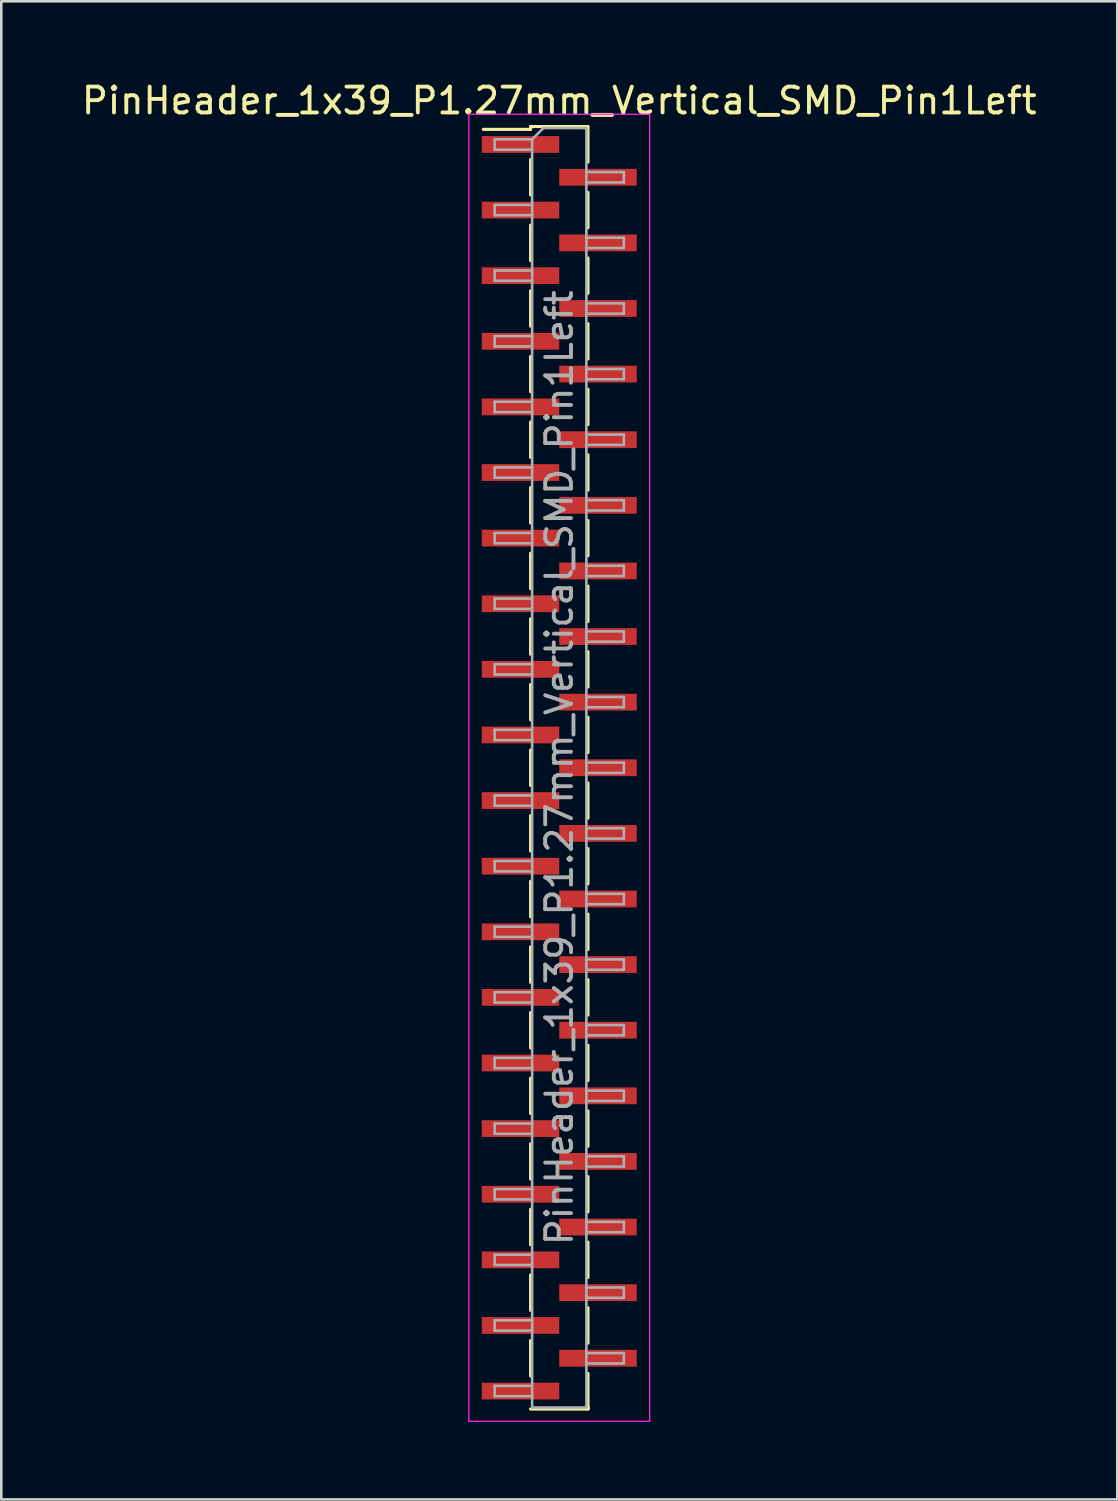
<source format=kicad_pcb>
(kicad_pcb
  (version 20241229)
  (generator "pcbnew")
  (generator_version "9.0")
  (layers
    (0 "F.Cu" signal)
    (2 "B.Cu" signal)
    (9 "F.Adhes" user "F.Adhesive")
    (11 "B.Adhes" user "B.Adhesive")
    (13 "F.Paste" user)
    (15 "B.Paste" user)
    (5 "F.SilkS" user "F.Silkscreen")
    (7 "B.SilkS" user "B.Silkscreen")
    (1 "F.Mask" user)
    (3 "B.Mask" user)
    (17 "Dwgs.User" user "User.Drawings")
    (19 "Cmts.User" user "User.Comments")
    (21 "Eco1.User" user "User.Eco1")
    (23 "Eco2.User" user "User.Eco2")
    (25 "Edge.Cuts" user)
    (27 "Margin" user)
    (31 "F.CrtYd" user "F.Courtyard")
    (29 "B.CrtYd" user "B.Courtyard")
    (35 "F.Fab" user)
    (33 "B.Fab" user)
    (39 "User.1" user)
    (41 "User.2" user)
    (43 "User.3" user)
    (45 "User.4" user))
  (footprint "PinHeader_1x39_P1.27mm_Vertical_SMD_Pin1Left"
    (layer "F.Cu")
    (at 18.601 26.673)
    (property "Reference" "PinHeader_1x39_P1.27mm_Vertical_SMD_Pin1Left" (at 0 -25.825 0) (layer "F.SilkS") (effects (font (size 1 1) (thickness 0.15))))
    (attr smd)
    (fp_line (start -1.11 -24.825) (end -1.11 -24.715) (stroke (width 0.12) (type solid)) (layer "F.SilkS"))
    (fp_line (start -1.11 -24.825) (end 1.11 -24.825) (stroke (width 0.12) (type solid)) (layer "F.SilkS"))
    (fp_line (start -1.11 -24.715) (end -2.94 -24.715) (stroke (width 0.12) (type solid)) (layer "F.SilkS"))
    (fp_line (start -1.11 -23.545) (end -1.11 -22.175) (stroke (width 0.12) (type solid)) (layer "F.SilkS"))
    (fp_line (start -1.11 -21.005) (end -1.11 -19.635) (stroke (width 0.12) (type solid)) (layer "F.SilkS"))
    (fp_line (start -1.11 -18.465) (end -1.11 -17.095) (stroke (width 0.12) (type solid)) (layer "F.SilkS"))
    (fp_line (start -1.11 -15.925) (end -1.11 -14.555) (stroke (width 0.12) (type solid)) (layer "F.SilkS"))
    (fp_line (start -1.11 -13.385) (end -1.11 -12.015) (stroke (width 0.12) (type solid)) (layer "F.SilkS"))
    (fp_line (start -1.11 -10.845) (end -1.11 -9.475) (stroke (width 0.12) (type solid)) (layer "F.SilkS"))
    (fp_line (start -1.11 -8.305) (end -1.11 -6.935) (stroke (width 0.12) (type solid)) (layer "F.SilkS"))
    (fp_line (start -1.11 -5.765) (end -1.11 -4.395) (stroke (width 0.12) (type solid)) (layer "F.SilkS"))
    (fp_line (start -1.11 -3.225) (end -1.11 -1.855) (stroke (width 0.12) (type solid)) (layer "F.SilkS"))
    (fp_line (start -1.11 -0.685) (end -1.11 0.685) (stroke (width 0.12) (type solid)) (layer "F.SilkS"))
    (fp_line (start -1.11 1.855) (end -1.11 3.225) (stroke (width 0.12) (type solid)) (layer "F.SilkS"))
    (fp_line (start -1.11 4.395) (end -1.11 5.765) (stroke (width 0.12) (type solid)) (layer "F.SilkS"))
    (fp_line (start -1.11 6.935) (end -1.11 8.305) (stroke (width 0.12) (type solid)) (layer "F.SilkS"))
    (fp_line (start -1.11 9.475) (end -1.11 10.845) (stroke (width 0.12) (type solid)) (layer "F.SilkS"))
    (fp_line (start -1.11 12.015) (end -1.11 13.385) (stroke (width 0.12) (type solid)) (layer "F.SilkS"))
    (fp_line (start -1.11 14.555) (end -1.11 15.925) (stroke (width 0.12) (type solid)) (layer "F.SilkS"))
    (fp_line (start -1.11 17.095) (end -1.11 18.465) (stroke (width 0.12) (type solid)) (layer "F.SilkS"))
    (fp_line (start -1.11 19.635) (end -1.11 21.005) (stroke (width 0.12) (type solid)) (layer "F.SilkS"))
    (fp_line (start -1.11 22.175) (end -1.11 23.545) (stroke (width 0.12) (type solid)) (layer "F.SilkS"))
    (fp_line (start -1.11 24.825) (end 1.11 24.825) (stroke (width 0.12) (type solid)) (layer "F.SilkS"))
    (fp_line (start 1.11 -24.815) (end 1.11 -23.445) (stroke (width 0.12) (type solid)) (layer "F.SilkS"))
    (fp_line (start 1.11 -22.275) (end 1.11 -20.905) (stroke (width 0.12) (type solid)) (layer "F.SilkS"))
    (fp_line (start 1.11 -19.735) (end 1.11 -18.365) (stroke (width 0.12) (type solid)) (layer "F.SilkS"))
    (fp_line (start 1.11 -17.195) (end 1.11 -15.825) (stroke (width 0.12) (type solid)) (layer "F.SilkS"))
    (fp_line (start 1.11 -14.655) (end 1.11 -13.285) (stroke (width 0.12) (type solid)) (layer "F.SilkS"))
    (fp_line (start 1.11 -12.115) (end 1.11 -10.745) (stroke (width 0.12) (type solid)) (layer "F.SilkS"))
    (fp_line (start 1.11 -9.575) (end 1.11 -8.205) (stroke (width 0.12) (type solid)) (layer "F.SilkS"))
    (fp_line (start 1.11 -7.035) (end 1.11 -5.665) (stroke (width 0.12) (type solid)) (layer "F.SilkS"))
    (fp_line (start 1.11 -4.495) (end 1.11 -3.125) (stroke (width 0.12) (type solid)) (layer "F.SilkS"))
    (fp_line (start 1.11 -1.955) (end 1.11 -0.585) (stroke (width 0.12) (type solid)) (layer "F.SilkS"))
    (fp_line (start 1.11 0.585) (end 1.11 1.955) (stroke (width 0.12) (type solid)) (layer "F.SilkS"))
    (fp_line (start 1.11 3.125) (end 1.11 4.495) (stroke (width 0.12) (type solid)) (layer "F.SilkS"))
    (fp_line (start 1.11 5.665) (end 1.11 7.035) (stroke (width 0.12) (type solid)) (layer "F.SilkS"))
    (fp_line (start 1.11 8.205) (end 1.11 9.575) (stroke (width 0.12) (type solid)) (layer "F.SilkS"))
    (fp_line (start 1.11 10.745) (end 1.11 12.115) (stroke (width 0.12) (type solid)) (layer "F.SilkS"))
    (fp_line (start 1.11 13.285) (end 1.11 14.655) (stroke (width 0.12) (type solid)) (layer "F.SilkS"))
    (fp_line (start 1.11 15.825) (end 1.11 17.195) (stroke (width 0.12) (type solid)) (layer "F.SilkS"))
    (fp_line (start 1.11 18.365) (end 1.11 19.735) (stroke (width 0.12) (type solid)) (layer "F.SilkS"))
    (fp_line (start 1.11 20.905) (end 1.11 22.275) (stroke (width 0.12) (type solid)) (layer "F.SilkS"))
    (fp_line (start 1.11 23.445) (end 1.11 24.815) (stroke (width 0.12) (type solid)) (layer "F.SilkS"))
    (fp_line (start 1.11 24.715) (end 1.11 24.825) (stroke (width 0.12) (type solid)) (layer "F.SilkS"))
    (fp_line (start -3.5 -25.3) (end -3.5 25.3) (stroke (width 0.05) (type solid)) (layer "F.CrtYd"))
    (fp_line (start -3.5 25.3) (end 3.5 25.3) (stroke (width 0.05) (type solid)) (layer "F.CrtYd"))
    (fp_line (start 3.5 -25.3) (end -3.5 -25.3) (stroke (width 0.05) (type solid)) (layer "F.CrtYd"))
    (fp_line (start 3.5 25.3) (end 3.5 -25.3) (stroke (width 0.05) (type solid)) (layer "F.CrtYd"))
    (fp_line (start -2.5 -24.33) (end -2.5 -23.93) (stroke (width 0.1) (type solid)) (layer "F.Fab"))
    (fp_line (start -2.5 -23.93) (end -1.05 -23.93) (stroke (width 0.1) (type solid)) (layer "F.Fab"))
    (fp_line (start -2.5 -21.79) (end -2.5 -21.39) (stroke (width 0.1) (type solid)) (layer "F.Fab"))
    (fp_line (start -2.5 -21.39) (end -1.05 -21.39) (stroke (width 0.1) (type solid)) (layer "F.Fab"))
    (fp_line (start -2.5 -19.25) (end -2.5 -18.85) (stroke (width 0.1) (type solid)) (layer "F.Fab"))
    (fp_line (start -2.5 -18.85) (end -1.05 -18.85) (stroke (width 0.1) (type solid)) (layer "F.Fab"))
    (fp_line (start -2.5 -16.71) (end -2.5 -16.31) (stroke (width 0.1) (type solid)) (layer "F.Fab"))
    (fp_line (start -2.5 -16.31) (end -1.05 -16.31) (stroke (width 0.1) (type solid)) (layer "F.Fab"))
    (fp_line (start -2.5 -14.17) (end -2.5 -13.77) (stroke (width 0.1) (type solid)) (layer "F.Fab"))
    (fp_line (start -2.5 -13.77) (end -1.05 -13.77) (stroke (width 0.1) (type solid)) (layer "F.Fab"))
    (fp_line (start -2.5 -11.63) (end -2.5 -11.23) (stroke (width 0.1) (type solid)) (layer "F.Fab"))
    (fp_line (start -2.5 -11.23) (end -1.05 -11.23) (stroke (width 0.1) (type solid)) (layer "F.Fab"))
    (fp_line (start -2.5 -9.09) (end -2.5 -8.69) (stroke (width 0.1) (type solid)) (layer "F.Fab"))
    (fp_line (start -2.5 -8.69) (end -1.05 -8.69) (stroke (width 0.1) (type solid)) (layer "F.Fab"))
    (fp_line (start -2.5 -6.55) (end -2.5 -6.15) (stroke (width 0.1) (type solid)) (layer "F.Fab"))
    (fp_line (start -2.5 -6.15) (end -1.05 -6.15) (stroke (width 0.1) (type solid)) (layer "F.Fab"))
    (fp_line (start -2.5 -4.01) (end -2.5 -3.61) (stroke (width 0.1) (type solid)) (layer "F.Fab"))
    (fp_line (start -2.5 -3.61) (end -1.05 -3.61) (stroke (width 0.1) (type solid)) (layer "F.Fab"))
    (fp_line (start -2.5 -1.47) (end -2.5 -1.07) (stroke (width 0.1) (type solid)) (layer "F.Fab"))
    (fp_line (start -2.5 -1.07) (end -1.05 -1.07) (stroke (width 0.1) (type solid)) (layer "F.Fab"))
    (fp_line (start -2.5 1.07) (end -2.5 1.47) (stroke (width 0.1) (type solid)) (layer "F.Fab"))
    (fp_line (start -2.5 1.47) (end -1.05 1.47) (stroke (width 0.1) (type solid)) (layer "F.Fab"))
    (fp_line (start -2.5 3.61) (end -2.5 4.01) (stroke (width 0.1) (type solid)) (layer "F.Fab"))
    (fp_line (start -2.5 4.01) (end -1.05 4.01) (stroke (width 0.1) (type solid)) (layer "F.Fab"))
    (fp_line (start -2.5 6.15) (end -2.5 6.55) (stroke (width 0.1) (type solid)) (layer "F.Fab"))
    (fp_line (start -2.5 6.55) (end -1.05 6.55) (stroke (width 0.1) (type solid)) (layer "F.Fab"))
    (fp_line (start -2.5 8.69) (end -2.5 9.09) (stroke (width 0.1) (type solid)) (layer "F.Fab"))
    (fp_line (start -2.5 9.09) (end -1.05 9.09) (stroke (width 0.1) (type solid)) (layer "F.Fab"))
    (fp_line (start -2.5 11.23) (end -2.5 11.63) (stroke (width 0.1) (type solid)) (layer "F.Fab"))
    (fp_line (start -2.5 11.63) (end -1.05 11.63) (stroke (width 0.1) (type solid)) (layer "F.Fab"))
    (fp_line (start -2.5 13.77) (end -2.5 14.17) (stroke (width 0.1) (type solid)) (layer "F.Fab"))
    (fp_line (start -2.5 14.17) (end -1.05 14.17) (stroke (width 0.1) (type solid)) (layer "F.Fab"))
    (fp_line (start -2.5 16.31) (end -2.5 16.71) (stroke (width 0.1) (type solid)) (layer "F.Fab"))
    (fp_line (start -2.5 16.71) (end -1.05 16.71) (stroke (width 0.1) (type solid)) (layer "F.Fab"))
    (fp_line (start -2.5 18.85) (end -2.5 19.25) (stroke (width 0.1) (type solid)) (layer "F.Fab"))
    (fp_line (start -2.5 19.25) (end -1.05 19.25) (stroke (width 0.1) (type solid)) (layer "F.Fab"))
    (fp_line (start -2.5 21.39) (end -2.5 21.79) (stroke (width 0.1) (type solid)) (layer "F.Fab"))
    (fp_line (start -2.5 21.79) (end -1.05 21.79) (stroke (width 0.1) (type solid)) (layer "F.Fab"))
    (fp_line (start -2.5 23.93) (end -2.5 24.33) (stroke (width 0.1) (type solid)) (layer "F.Fab"))
    (fp_line (start -2.5 24.33) (end -1.05 24.33) (stroke (width 0.1) (type solid)) (layer "F.Fab"))
    (fp_line (start -1.05 -24.33) (end -2.5 -24.33) (stroke (width 0.1) (type solid)) (layer "F.Fab"))
    (fp_line (start -1.05 -24.33) (end -0.615 -24.765) (stroke (width 0.1) (type solid)) (layer "F.Fab"))
    (fp_line (start -1.05 -21.79) (end -2.5 -21.79) (stroke (width 0.1) (type solid)) (layer "F.Fab"))
    (fp_line (start -1.05 -19.25) (end -2.5 -19.25) (stroke (width 0.1) (type solid)) (layer "F.Fab"))
    (fp_line (start -1.05 -16.71) (end -2.5 -16.71) (stroke (width 0.1) (type solid)) (layer "F.Fab"))
    (fp_line (start -1.05 -14.17) (end -2.5 -14.17) (stroke (width 0.1) (type solid)) (layer "F.Fab"))
    (fp_line (start -1.05 -11.63) (end -2.5 -11.63) (stroke (width 0.1) (type solid)) (layer "F.Fab"))
    (fp_line (start -1.05 -9.09) (end -2.5 -9.09) (stroke (width 0.1) (type solid)) (layer "F.Fab"))
    (fp_line (start -1.05 -6.55) (end -2.5 -6.55) (stroke (width 0.1) (type solid)) (layer "F.Fab"))
    (fp_line (start -1.05 -4.01) (end -2.5 -4.01) (stroke (width 0.1) (type solid)) (layer "F.Fab"))
    (fp_line (start -1.05 -1.47) (end -2.5 -1.47) (stroke (width 0.1) (type solid)) (layer "F.Fab"))
    (fp_line (start -1.05 1.07) (end -2.5 1.07) (stroke (width 0.1) (type solid)) (layer "F.Fab"))
    (fp_line (start -1.05 3.61) (end -2.5 3.61) (stroke (width 0.1) (type solid)) (layer "F.Fab"))
    (fp_line (start -1.05 6.15) (end -2.5 6.15) (stroke (width 0.1) (type solid)) (layer "F.Fab"))
    (fp_line (start -1.05 8.69) (end -2.5 8.69) (stroke (width 0.1) (type solid)) (layer "F.Fab"))
    (fp_line (start -1.05 11.23) (end -2.5 11.23) (stroke (width 0.1) (type solid)) (layer "F.Fab"))
    (fp_line (start -1.05 13.77) (end -2.5 13.77) (stroke (width 0.1) (type solid)) (layer "F.Fab"))
    (fp_line (start -1.05 16.31) (end -2.5 16.31) (stroke (width 0.1) (type solid)) (layer "F.Fab"))
    (fp_line (start -1.05 18.85) (end -2.5 18.85) (stroke (width 0.1) (type solid)) (layer "F.Fab"))
    (fp_line (start -1.05 21.39) (end -2.5 21.39) (stroke (width 0.1) (type solid)) (layer "F.Fab"))
    (fp_line (start -1.05 23.93) (end -2.5 23.93) (stroke (width 0.1) (type solid)) (layer "F.Fab"))
    (fp_line (start -1.05 24.765) (end -1.05 -24.33) (stroke (width 0.1) (type solid)) (layer "F.Fab"))
    (fp_line (start -0.615 -24.765) (end 1.05 -24.765) (stroke (width 0.1) (type solid)) (layer "F.Fab"))
    (fp_line (start 1.05 -24.765) (end 1.05 24.765) (stroke (width 0.1) (type solid)) (layer "F.Fab"))
    (fp_line (start 1.05 -23.06) (end 2.5 -23.06) (stroke (width 0.1) (type solid)) (layer "F.Fab"))
    (fp_line (start 1.05 -20.52) (end 2.5 -20.52) (stroke (width 0.1) (type solid)) (layer "F.Fab"))
    (fp_line (start 1.05 -17.98) (end 2.5 -17.98) (stroke (width 0.1) (type solid)) (layer "F.Fab"))
    (fp_line (start 1.05 -15.44) (end 2.5 -15.44) (stroke (width 0.1) (type solid)) (layer "F.Fab"))
    (fp_line (start 1.05 -12.9) (end 2.5 -12.9) (stroke (width 0.1) (type solid)) (layer "F.Fab"))
    (fp_line (start 1.05 -10.36) (end 2.5 -10.36) (stroke (width 0.1) (type solid)) (layer "F.Fab"))
    (fp_line (start 1.05 -7.82) (end 2.5 -7.82) (stroke (width 0.1) (type solid)) (layer "F.Fab"))
    (fp_line (start 1.05 -5.28) (end 2.5 -5.28) (stroke (width 0.1) (type solid)) (layer "F.Fab"))
    (fp_line (start 1.05 -2.74) (end 2.5 -2.74) (stroke (width 0.1) (type solid)) (layer "F.Fab"))
    (fp_line (start 1.05 -0.2) (end 2.5 -0.2) (stroke (width 0.1) (type solid)) (layer "F.Fab"))
    (fp_line (start 1.05 2.34) (end 2.5 2.34) (stroke (width 0.1) (type solid)) (layer "F.Fab"))
    (fp_line (start 1.05 4.88) (end 2.5 4.88) (stroke (width 0.1) (type solid)) (layer "F.Fab"))
    (fp_line (start 1.05 7.42) (end 2.5 7.42) (stroke (width 0.1) (type solid)) (layer "F.Fab"))
    (fp_line (start 1.05 9.96) (end 2.5 9.96) (stroke (width 0.1) (type solid)) (layer "F.Fab"))
    (fp_line (start 1.05 12.5) (end 2.5 12.5) (stroke (width 0.1) (type solid)) (layer "F.Fab"))
    (fp_line (start 1.05 15.04) (end 2.5 15.04) (stroke (width 0.1) (type solid)) (layer "F.Fab"))
    (fp_line (start 1.05 17.58) (end 2.5 17.58) (stroke (width 0.1) (type solid)) (layer "F.Fab"))
    (fp_line (start 1.05 20.12) (end 2.5 20.12) (stroke (width 0.1) (type solid)) (layer "F.Fab"))
    (fp_line (start 1.05 22.66) (end 2.5 22.66) (stroke (width 0.1) (type solid)) (layer "F.Fab"))
    (fp_line (start 1.05 24.765) (end -1.05 24.765) (stroke (width 0.1) (type solid)) (layer "F.Fab"))
    (fp_line (start 2.5 -23.06) (end 2.5 -22.66) (stroke (width 0.1) (type solid)) (layer "F.Fab"))
    (fp_line (start 2.5 -22.66) (end 1.05 -22.66) (stroke (width 0.1) (type solid)) (layer "F.Fab"))
    (fp_line (start 2.5 -20.52) (end 2.5 -20.12) (stroke (width 0.1) (type solid)) (layer "F.Fab"))
    (fp_line (start 2.5 -20.12) (end 1.05 -20.12) (stroke (width 0.1) (type solid)) (layer "F.Fab"))
    (fp_line (start 2.5 -17.98) (end 2.5 -17.58) (stroke (width 0.1) (type solid)) (layer "F.Fab"))
    (fp_line (start 2.5 -17.58) (end 1.05 -17.58) (stroke (width 0.1) (type solid)) (layer "F.Fab"))
    (fp_line (start 2.5 -15.44) (end 2.5 -15.04) (stroke (width 0.1) (type solid)) (layer "F.Fab"))
    (fp_line (start 2.5 -15.04) (end 1.05 -15.04) (stroke (width 0.1) (type solid)) (layer "F.Fab"))
    (fp_line (start 2.5 -12.9) (end 2.5 -12.5) (stroke (width 0.1) (type solid)) (layer "F.Fab"))
    (fp_line (start 2.5 -12.5) (end 1.05 -12.5) (stroke (width 0.1) (type solid)) (layer "F.Fab"))
    (fp_line (start 2.5 -10.36) (end 2.5 -9.96) (stroke (width 0.1) (type solid)) (layer "F.Fab"))
    (fp_line (start 2.5 -9.96) (end 1.05 -9.96) (stroke (width 0.1) (type solid)) (layer "F.Fab"))
    (fp_line (start 2.5 -7.82) (end 2.5 -7.42) (stroke (width 0.1) (type solid)) (layer "F.Fab"))
    (fp_line (start 2.5 -7.42) (end 1.05 -7.42) (stroke (width 0.1) (type solid)) (layer "F.Fab"))
    (fp_line (start 2.5 -5.28) (end 2.5 -4.88) (stroke (width 0.1) (type solid)) (layer "F.Fab"))
    (fp_line (start 2.5 -4.88) (end 1.05 -4.88) (stroke (width 0.1) (type solid)) (layer "F.Fab"))
    (fp_line (start 2.5 -2.74) (end 2.5 -2.34) (stroke (width 0.1) (type solid)) (layer "F.Fab"))
    (fp_line (start 2.5 -2.34) (end 1.05 -2.34) (stroke (width 0.1) (type solid)) (layer "F.Fab"))
    (fp_line (start 2.5 -0.2) (end 2.5 0.2) (stroke (width 0.1) (type solid)) (layer "F.Fab"))
    (fp_line (start 2.5 0.2) (end 1.05 0.2) (stroke (width 0.1) (type solid)) (layer "F.Fab"))
    (fp_line (start 2.5 2.34) (end 2.5 2.74) (stroke (width 0.1) (type solid)) (layer "F.Fab"))
    (fp_line (start 2.5 2.74) (end 1.05 2.74) (stroke (width 0.1) (type solid)) (layer "F.Fab"))
    (fp_line (start 2.5 4.88) (end 2.5 5.28) (stroke (width 0.1) (type solid)) (layer "F.Fab"))
    (fp_line (start 2.5 5.28) (end 1.05 5.28) (stroke (width 0.1) (type solid)) (layer "F.Fab"))
    (fp_line (start 2.5 7.42) (end 2.5 7.82) (stroke (width 0.1) (type solid)) (layer "F.Fab"))
    (fp_line (start 2.5 7.82) (end 1.05 7.82) (stroke (width 0.1) (type solid)) (layer "F.Fab"))
    (fp_line (start 2.5 9.96) (end 2.5 10.36) (stroke (width 0.1) (type solid)) (layer "F.Fab"))
    (fp_line (start 2.5 10.36) (end 1.05 10.36) (stroke (width 0.1) (type solid)) (layer "F.Fab"))
    (fp_line (start 2.5 12.5) (end 2.5 12.9) (stroke (width 0.1) (type solid)) (layer "F.Fab"))
    (fp_line (start 2.5 12.9) (end 1.05 12.9) (stroke (width 0.1) (type solid)) (layer "F.Fab"))
    (fp_line (start 2.5 15.04) (end 2.5 15.44) (stroke (width 0.1) (type solid)) (layer "F.Fab"))
    (fp_line (start 2.5 15.44) (end 1.05 15.44) (stroke (width 0.1) (type solid)) (layer "F.Fab"))
    (fp_line (start 2.5 17.58) (end 2.5 17.98) (stroke (width 0.1) (type solid)) (layer "F.Fab"))
    (fp_line (start 2.5 17.98) (end 1.05 17.98) (stroke (width 0.1) (type solid)) (layer "F.Fab"))
    (fp_line (start 2.5 20.12) (end 2.5 20.52) (stroke (width 0.1) (type solid)) (layer "F.Fab"))
    (fp_line (start 2.5 20.52) (end 1.05 20.52) (stroke (width 0.1) (type solid)) (layer "F.Fab"))
    (fp_line (start 2.5 22.66) (end 2.5 23.06) (stroke (width 0.1) (type solid)) (layer "F.Fab"))
    (fp_line (start 2.5 23.06) (end 1.05 23.06) (stroke (width 0.1) (type solid)) (layer "F.Fab"))
    (fp_text user "${REFERENCE}" (at 0 0 90) (layer "F.Fab") (effects (font (size 1 1) (thickness 0.15))))
    (pad "1" smd rect (at -1.5 -24.13) (size 3 0.65) (layers "F.Cu" "F.Mask" "F.Paste"))
    (pad "2" smd rect (at 1.5 -22.86) (size 3 0.65) (layers "F.Cu" "F.Mask" "F.Paste"))
    (pad "3" smd rect (at -1.5 -21.59) (size 3 0.65) (layers "F.Cu" "F.Mask" "F.Paste"))
    (pad "4" smd rect (at 1.5 -20.32) (size 3 0.65) (layers "F.Cu" "F.Mask" "F.Paste"))
    (pad "5" smd rect (at -1.5 -19.05) (size 3 0.65) (layers "F.Cu" "F.Mask" "F.Paste"))
    (pad "6" smd rect (at 1.5 -17.78) (size 3 0.65) (layers "F.Cu" "F.Mask" "F.Paste"))
    (pad "7" smd rect (at -1.5 -16.51) (size 3 0.65) (layers "F.Cu" "F.Mask" "F.Paste"))
    (pad "8" smd rect (at 1.5 -15.24) (size 3 0.65) (layers "F.Cu" "F.Mask" "F.Paste"))
    (pad "9" smd rect (at -1.5 -13.97) (size 3 0.65) (layers "F.Cu" "F.Mask" "F.Paste"))
    (pad "10" smd rect (at 1.5 -12.7) (size 3 0.65) (layers "F.Cu" "F.Mask" "F.Paste"))
    (pad "11" smd rect (at -1.5 -11.43) (size 3 0.65) (layers "F.Cu" "F.Mask" "F.Paste"))
    (pad "12" smd rect (at 1.5 -10.16) (size 3 0.65) (layers "F.Cu" "F.Mask" "F.Paste"))
    (pad "13" smd rect (at -1.5 -8.89) (size 3 0.65) (layers "F.Cu" "F.Mask" "F.Paste"))
    (pad "14" smd rect (at 1.5 -7.62) (size 3 0.65) (layers "F.Cu" "F.Mask" "F.Paste"))
    (pad "15" smd rect (at -1.5 -6.35) (size 3 0.65) (layers "F.Cu" "F.Mask" "F.Paste"))
    (pad "16" smd rect (at 1.5 -5.08) (size 3 0.65) (layers "F.Cu" "F.Mask" "F.Paste"))
    (pad "17" smd rect (at -1.5 -3.81) (size 3 0.65) (layers "F.Cu" "F.Mask" "F.Paste"))
    (pad "18" smd rect (at 1.5 -2.54) (size 3 0.65) (layers "F.Cu" "F.Mask" "F.Paste"))
    (pad "19" smd rect (at -1.5 -1.27) (size 3 0.65) (layers "F.Cu" "F.Mask" "F.Paste"))
    (pad "20" smd rect (at 1.5 0) (size 3 0.65) (layers "F.Cu" "F.Mask" "F.Paste"))
    (pad "21" smd rect (at -1.5 1.27) (size 3 0.65) (layers "F.Cu" "F.Mask" "F.Paste"))
    (pad "22" smd rect (at 1.5 2.54) (size 3 0.65) (layers "F.Cu" "F.Mask" "F.Paste"))
    (pad "23" smd rect (at -1.5 3.81) (size 3 0.65) (layers "F.Cu" "F.Mask" "F.Paste"))
    (pad "24" smd rect (at 1.5 5.08) (size 3 0.65) (layers "F.Cu" "F.Mask" "F.Paste"))
    (pad "25" smd rect (at -1.5 6.35) (size 3 0.65) (layers "F.Cu" "F.Mask" "F.Paste"))
    (pad "26" smd rect (at 1.5 7.62) (size 3 0.65) (layers "F.Cu" "F.Mask" "F.Paste"))
    (pad "27" smd rect (at -1.5 8.89) (size 3 0.65) (layers "F.Cu" "F.Mask" "F.Paste"))
    (pad "28" smd rect (at 1.5 10.16) (size 3 0.65) (layers "F.Cu" "F.Mask" "F.Paste"))
    (pad "29" smd rect (at -1.5 11.43) (size 3 0.65) (layers "F.Cu" "F.Mask" "F.Paste"))
    (pad "30" smd rect (at 1.5 12.7) (size 3 0.65) (layers "F.Cu" "F.Mask" "F.Paste"))
    (pad "31" smd rect (at -1.5 13.97) (size 3 0.65) (layers "F.Cu" "F.Mask" "F.Paste"))
    (pad "32" smd rect (at 1.5 15.24) (size 3 0.65) (layers "F.Cu" "F.Mask" "F.Paste"))
    (pad "33" smd rect (at -1.5 16.51) (size 3 0.65) (layers "F.Cu" "F.Mask" "F.Paste"))
    (pad "34" smd rect (at 1.5 17.78) (size 3 0.65) (layers "F.Cu" "F.Mask" "F.Paste"))
    (pad "35" smd rect (at -1.5 19.05) (size 3 0.65) (layers "F.Cu" "F.Mask" "F.Paste"))
    (pad "36" smd rect (at 1.5 20.32) (size 3 0.65) (layers "F.Cu" "F.Mask" "F.Paste"))
    (pad "37" smd rect (at -1.5 21.59) (size 3 0.65) (layers "F.Cu" "F.Mask" "F.Paste"))
    (pad "38" smd rect (at 1.5 22.86) (size 3 0.65) (layers "F.Cu" "F.Mask" "F.Paste"))
    (pad "39" smd rect (at -1.5 24.13) (size 3 0.65) (layers "F.Cu" "F.Mask" "F.Paste")))
  (gr_rect
    (start -3 -3)
    (end 40.202 54.998)
    (stroke (width 0.1) (type default))
    (fill no)
    (layer "Edge.Cuts")))
</source>
